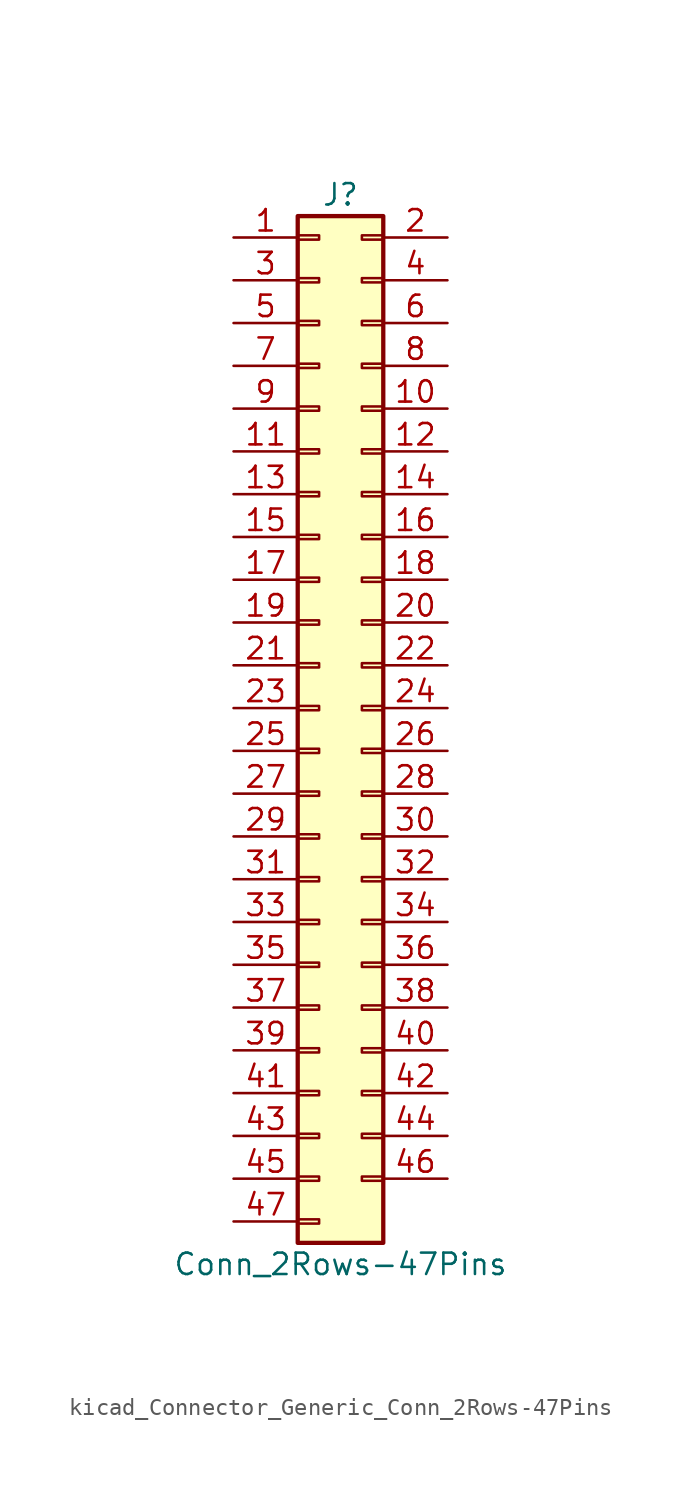
<source format=kicad_sym>
(kicad_symbol_lib
  (version 20220914)
  (generator kicad_symbol_editor)
  (symbol "kicad_Connector_Generic_Conn_2Rows-47Pins"
    (pin_names
      (offset 1.016) hide)
    (property "Reference" "J"
      (at 1.27 30.48 0)
      (effects (font (size 1.27 1.27))))
    (property "Value" "Conn_2Rows-47Pins"
      (at 1.27 -33.02 0)
      (effects (font (size 1.27 1.27))))
    (symbol "kicad_Connector_Generic_Conn_2Rows-47Pins_1_1"
      (rectangle (start -1.27 -30.353) (end 0 -30.607) (stroke (width 0.152) (type default)) (fill (type none)))
      (rectangle (start -1.27 -27.813) (end 0 -28.067) (stroke (width 0.152) (type default)) (fill (type none)))
      (rectangle (start -1.27 -25.273) (end 0 -25.527) (stroke (width 0.152) (type default)) (fill (type none)))
      (rectangle (start -1.27 -22.733) (end 0 -22.987) (stroke (width 0.152) (type default)) (fill (type none)))
      (rectangle (start -1.27 -20.193) (end 0 -20.447) (stroke (width 0.152) (type default)) (fill (type none)))
      (rectangle (start -1.27 -17.653) (end 0 -17.907) (stroke (width 0.152) (type default)) (fill (type none)))
      (rectangle (start -1.27 -15.113) (end 0 -15.367) (stroke (width 0.152) (type default)) (fill (type none)))
      (rectangle (start -1.27 -12.573) (end 0 -12.827) (stroke (width 0.152) (type default)) (fill (type none)))
      (rectangle (start -1.27 -10.033) (end 0 -10.287) (stroke (width 0.152) (type default)) (fill (type none)))
      (rectangle (start -1.27 -7.493) (end 0 -7.747) (stroke (width 0.152) (type default)) (fill (type none)))
      (rectangle (start -1.27 -4.953) (end 0 -5.207) (stroke (width 0.152) (type default)) (fill (type none)))
      (rectangle (start -1.27 -2.413) (end 0 -2.667) (stroke (width 0.152) (type default)) (fill (type none)))
      (rectangle (start -1.27 0.127) (end 0 -0.127) (stroke (width 0.152) (type default)) (fill (type none)))
      (rectangle (start -1.27 2.667) (end 0 2.413) (stroke (width 0.152) (type default)) (fill (type none)))
      (rectangle (start -1.27 5.207) (end 0 4.953) (stroke (width 0.152) (type default)) (fill (type none)))
      (rectangle (start -1.27 7.747) (end 0 7.493) (stroke (width 0.152) (type default)) (fill (type none)))
      (rectangle (start -1.27 10.287) (end 0 10.033) (stroke (width 0.152) (type default)) (fill (type none)))
      (rectangle (start -1.27 12.827) (end 0 12.573) (stroke (width 0.152) (type default)) (fill (type none)))
      (rectangle (start -1.27 15.367) (end 0 15.113) (stroke (width 0.152) (type default)) (fill (type none)))
      (rectangle (start -1.27 17.907) (end 0 17.653) (stroke (width 0.152) (type default)) (fill (type none)))
      (rectangle (start -1.27 20.447) (end 0 20.193) (stroke (width 0.152) (type default)) (fill (type none)))
      (rectangle (start -1.27 22.987) (end 0 22.733) (stroke (width 0.152) (type default)) (fill (type none)))
      (rectangle (start -1.27 25.527) (end 0 25.273) (stroke (width 0.152) (type default)) (fill (type none)))
      (rectangle (start -1.27 28.067) (end 0 27.813) (stroke (width 0.152) (type default)) (fill (type none)))
      (rectangle (start -1.27 29.21) (end 3.81 -31.75) (stroke (width 0.254) (type default)) (fill (type background)))
      (rectangle (start 3.81 -27.813) (end 2.54 -28.067) (stroke (width 0.152) (type default)) (fill (type none)))
      (rectangle (start 3.81 -25.273) (end 2.54 -25.527) (stroke (width 0.152) (type default)) (fill (type none)))
      (rectangle (start 3.81 -22.733) (end 2.54 -22.987) (stroke (width 0.152) (type default)) (fill (type none)))
      (rectangle (start 3.81 -20.193) (end 2.54 -20.447) (stroke (width 0.152) (type default)) (fill (type none)))
      (rectangle (start 3.81 -17.653) (end 2.54 -17.907) (stroke (width 0.152) (type default)) (fill (type none)))
      (rectangle (start 3.81 -15.113) (end 2.54 -15.367) (stroke (width 0.152) (type default)) (fill (type none)))
      (rectangle (start 3.81 -12.573) (end 2.54 -12.827) (stroke (width 0.152) (type default)) (fill (type none)))
      (rectangle (start 3.81 -10.033) (end 2.54 -10.287) (stroke (width 0.152) (type default)) (fill (type none)))
      (rectangle (start 3.81 -7.493) (end 2.54 -7.747) (stroke (width 0.152) (type default)) (fill (type none)))
      (rectangle (start 3.81 -4.953) (end 2.54 -5.207) (stroke (width 0.152) (type default)) (fill (type none)))
      (rectangle (start 3.81 -2.413) (end 2.54 -2.667) (stroke (width 0.152) (type default)) (fill (type none)))
      (rectangle (start 3.81 0.127) (end 2.54 -0.127) (stroke (width 0.152) (type default)) (fill (type none)))
      (rectangle (start 3.81 2.667) (end 2.54 2.413) (stroke (width 0.152) (type default)) (fill (type none)))
      (rectangle (start 3.81 5.207) (end 2.54 4.953) (stroke (width 0.152) (type default)) (fill (type none)))
      (rectangle (start 3.81 7.747) (end 2.54 7.493) (stroke (width 0.152) (type default)) (fill (type none)))
      (rectangle (start 3.81 10.287) (end 2.54 10.033) (stroke (width 0.152) (type default)) (fill (type none)))
      (rectangle (start 3.81 12.827) (end 2.54 12.573) (stroke (width 0.152) (type default)) (fill (type none)))
      (rectangle (start 3.81 15.367) (end 2.54 15.113) (stroke (width 0.152) (type default)) (fill (type none)))
      (rectangle (start 3.81 17.907) (end 2.54 17.653) (stroke (width 0.152) (type default)) (fill (type none)))
      (rectangle (start 3.81 20.447) (end 2.54 20.193) (stroke (width 0.152) (type default)) (fill (type none)))
      (rectangle (start 3.81 22.987) (end 2.54 22.733) (stroke (width 0.152) (type default)) (fill (type none)))
      (rectangle (start 3.81 25.527) (end 2.54 25.273) (stroke (width 0.152) (type default)) (fill (type none)))
      (rectangle (start 3.81 28.067) (end 2.54 27.813) (stroke (width 0.152) (type default)) (fill (type none)))
      (pin passive line (at -5.08 27.94 0) (length 3.81) (name "Pin_1" (effects (font (size 1.27 1.27)))) (number "1" (effects (font (size 1.27 1.27)))))
      (pin passive line (at 7.62 17.78 180) (length 3.81) (name "Pin_10" (effects (font (size 1.27 1.27)))) (number "10" (effects (font (size 1.27 1.27)))))
      (pin passive line (at -5.08 15.24 0) (length 3.81) (name "Pin_11" (effects (font (size 1.27 1.27)))) (number "11" (effects (font (size 1.27 1.27)))))
      (pin passive line (at 7.62 15.24 180) (length 3.81) (name "Pin_12" (effects (font (size 1.27 1.27)))) (number "12" (effects (font (size 1.27 1.27)))))
      (pin passive line (at -5.08 12.7 0) (length 3.81) (name "Pin_13" (effects (font (size 1.27 1.27)))) (number "13" (effects (font (size 1.27 1.27)))))
      (pin passive line (at 7.62 12.7 180) (length 3.81) (name "Pin_14" (effects (font (size 1.27 1.27)))) (number "14" (effects (font (size 1.27 1.27)))))
      (pin passive line (at -5.08 10.16 0) (length 3.81) (name "Pin_15" (effects (font (size 1.27 1.27)))) (number "15" (effects (font (size 1.27 1.27)))))
      (pin passive line (at 7.62 10.16 180) (length 3.81) (name "Pin_16" (effects (font (size 1.27 1.27)))) (number "16" (effects (font (size 1.27 1.27)))))
      (pin passive line (at -5.08 7.62 0) (length 3.81) (name "Pin_17" (effects (font (size 1.27 1.27)))) (number "17" (effects (font (size 1.27 1.27)))))
      (pin passive line (at 7.62 7.62 180) (length 3.81) (name "Pin_18" (effects (font (size 1.27 1.27)))) (number "18" (effects (font (size 1.27 1.27)))))
      (pin passive line (at -5.08 5.08 0) (length 3.81) (name "Pin_19" (effects (font (size 1.27 1.27)))) (number "19" (effects (font (size 1.27 1.27)))))
      (pin passive line (at 7.62 27.94 180) (length 3.81) (name "Pin_2" (effects (font (size 1.27 1.27)))) (number "2" (effects (font (size 1.27 1.27)))))
      (pin passive line (at 7.62 5.08 180) (length 3.81) (name "Pin_20" (effects (font (size 1.27 1.27)))) (number "20" (effects (font (size 1.27 1.27)))))
      (pin passive line (at -5.08 2.54 0) (length 3.81) (name "Pin_21" (effects (font (size 1.27 1.27)))) (number "21" (effects (font (size 1.27 1.27)))))
      (pin passive line (at 7.62 2.54 180) (length 3.81) (name "Pin_22" (effects (font (size 1.27 1.27)))) (number "22" (effects (font (size 1.27 1.27)))))
      (pin passive line (at -5.08 0 0) (length 3.81) (name "Pin_23" (effects (font (size 1.27 1.27)))) (number "23" (effects (font (size 1.27 1.27)))))
      (pin passive line (at 7.62 0 180) (length 3.81) (name "Pin_24" (effects (font (size 1.27 1.27)))) (number "24" (effects (font (size 1.27 1.27)))))
      (pin passive line (at -5.08 -2.54 0) (length 3.81) (name "Pin_25" (effects (font (size 1.27 1.27)))) (number "25" (effects (font (size 1.27 1.27)))))
      (pin passive line (at 7.62 -2.54 180) (length 3.81) (name "Pin_26" (effects (font (size 1.27 1.27)))) (number "26" (effects (font (size 1.27 1.27)))))
      (pin passive line (at -5.08 -5.08 0) (length 3.81) (name "Pin_27" (effects (font (size 1.27 1.27)))) (number "27" (effects (font (size 1.27 1.27)))))
      (pin passive line (at 7.62 -5.08 180) (length 3.81) (name "Pin_28" (effects (font (size 1.27 1.27)))) (number "28" (effects (font (size 1.27 1.27)))))
      (pin passive line (at -5.08 -7.62 0) (length 3.81) (name "Pin_29" (effects (font (size 1.27 1.27)))) (number "29" (effects (font (size 1.27 1.27)))))
      (pin passive line (at -5.08 25.4 0) (length 3.81) (name "Pin_3" (effects (font (size 1.27 1.27)))) (number "3" (effects (font (size 1.27 1.27)))))
      (pin passive line (at 7.62 -7.62 180) (length 3.81) (name "Pin_30" (effects (font (size 1.27 1.27)))) (number "30" (effects (font (size 1.27 1.27)))))
      (pin passive line (at -5.08 -10.16 0) (length 3.81) (name "Pin_31" (effects (font (size 1.27 1.27)))) (number "31" (effects (font (size 1.27 1.27)))))
      (pin passive line (at 7.62 -10.16 180) (length 3.81) (name "Pin_32" (effects (font (size 1.27 1.27)))) (number "32" (effects (font (size 1.27 1.27)))))
      (pin passive line (at -5.08 -12.7 0) (length 3.81) (name "Pin_33" (effects (font (size 1.27 1.27)))) (number "33" (effects (font (size 1.27 1.27)))))
      (pin passive line (at 7.62 -12.7 180) (length 3.81) (name "Pin_34" (effects (font (size 1.27 1.27)))) (number "34" (effects (font (size 1.27 1.27)))))
      (pin passive line (at -5.08 -15.24 0) (length 3.81) (name "Pin_35" (effects (font (size 1.27 1.27)))) (number "35" (effects (font (size 1.27 1.27)))))
      (pin passive line (at 7.62 -15.24 180) (length 3.81) (name "Pin_36" (effects (font (size 1.27 1.27)))) (number "36" (effects (font (size 1.27 1.27)))))
      (pin passive line (at -5.08 -17.78 0) (length 3.81) (name "Pin_37" (effects (font (size 1.27 1.27)))) (number "37" (effects (font (size 1.27 1.27)))))
      (pin passive line (at 7.62 -17.78 180) (length 3.81) (name "Pin_38" (effects (font (size 1.27 1.27)))) (number "38" (effects (font (size 1.27 1.27)))))
      (pin passive line (at -5.08 -20.32 0) (length 3.81) (name "Pin_39" (effects (font (size 1.27 1.27)))) (number "39" (effects (font (size 1.27 1.27)))))
      (pin passive line (at 7.62 25.4 180) (length 3.81) (name "Pin_4" (effects (font (size 1.27 1.27)))) (number "4" (effects (font (size 1.27 1.27)))))
      (pin passive line (at 7.62 -20.32 180) (length 3.81) (name "Pin_40" (effects (font (size 1.27 1.27)))) (number "40" (effects (font (size 1.27 1.27)))))
      (pin passive line (at -5.08 -22.86 0) (length 3.81) (name "Pin_41" (effects (font (size 1.27 1.27)))) (number "41" (effects (font (size 1.27 1.27)))))
      (pin passive line (at 7.62 -22.86 180) (length 3.81) (name "Pin_42" (effects (font (size 1.27 1.27)))) (number "42" (effects (font (size 1.27 1.27)))))
      (pin passive line (at -5.08 -25.4 0) (length 3.81) (name "Pin_43" (effects (font (size 1.27 1.27)))) (number "43" (effects (font (size 1.27 1.27)))))
      (pin passive line (at 7.62 -25.4 180) (length 3.81) (name "Pin_44" (effects (font (size 1.27 1.27)))) (number "44" (effects (font (size 1.27 1.27)))))
      (pin passive line (at -5.08 -27.94 0) (length 3.81) (name "Pin_45" (effects (font (size 1.27 1.27)))) (number "45" (effects (font (size 1.27 1.27)))))
      (pin passive line (at 7.62 -27.94 180) (length 3.81) (name "Pin_46" (effects (font (size 1.27 1.27)))) (number "46" (effects (font (size 1.27 1.27)))))
      (pin passive line (at -5.08 -30.48 0) (length 3.81) (name "Pin_47" (effects (font (size 1.27 1.27)))) (number "47" (effects (font (size 1.27 1.27)))))
      (pin passive line (at -5.08 22.86 0) (length 3.81) (name "Pin_5" (effects (font (size 1.27 1.27)))) (number "5" (effects (font (size 1.27 1.27)))))
      (pin passive line (at 7.62 22.86 180) (length 3.81) (name "Pin_6" (effects (font (size 1.27 1.27)))) (number "6" (effects (font (size 1.27 1.27)))))
      (pin passive line (at -5.08 20.32 0) (length 3.81) (name "Pin_7" (effects (font (size 1.27 1.27)))) (number "7" (effects (font (size 1.27 1.27)))))
      (pin passive line (at 7.62 20.32 180) (length 3.81) (name "Pin_8" (effects (font (size 1.27 1.27)))) (number "8" (effects (font (size 1.27 1.27)))))
      (pin passive line (at -5.08 17.78 0) (length 3.81) (name "Pin_9" (effects (font (size 1.27 1.27)))) (number "9" (effects (font (size 1.27 1.27))))))))
</source>
